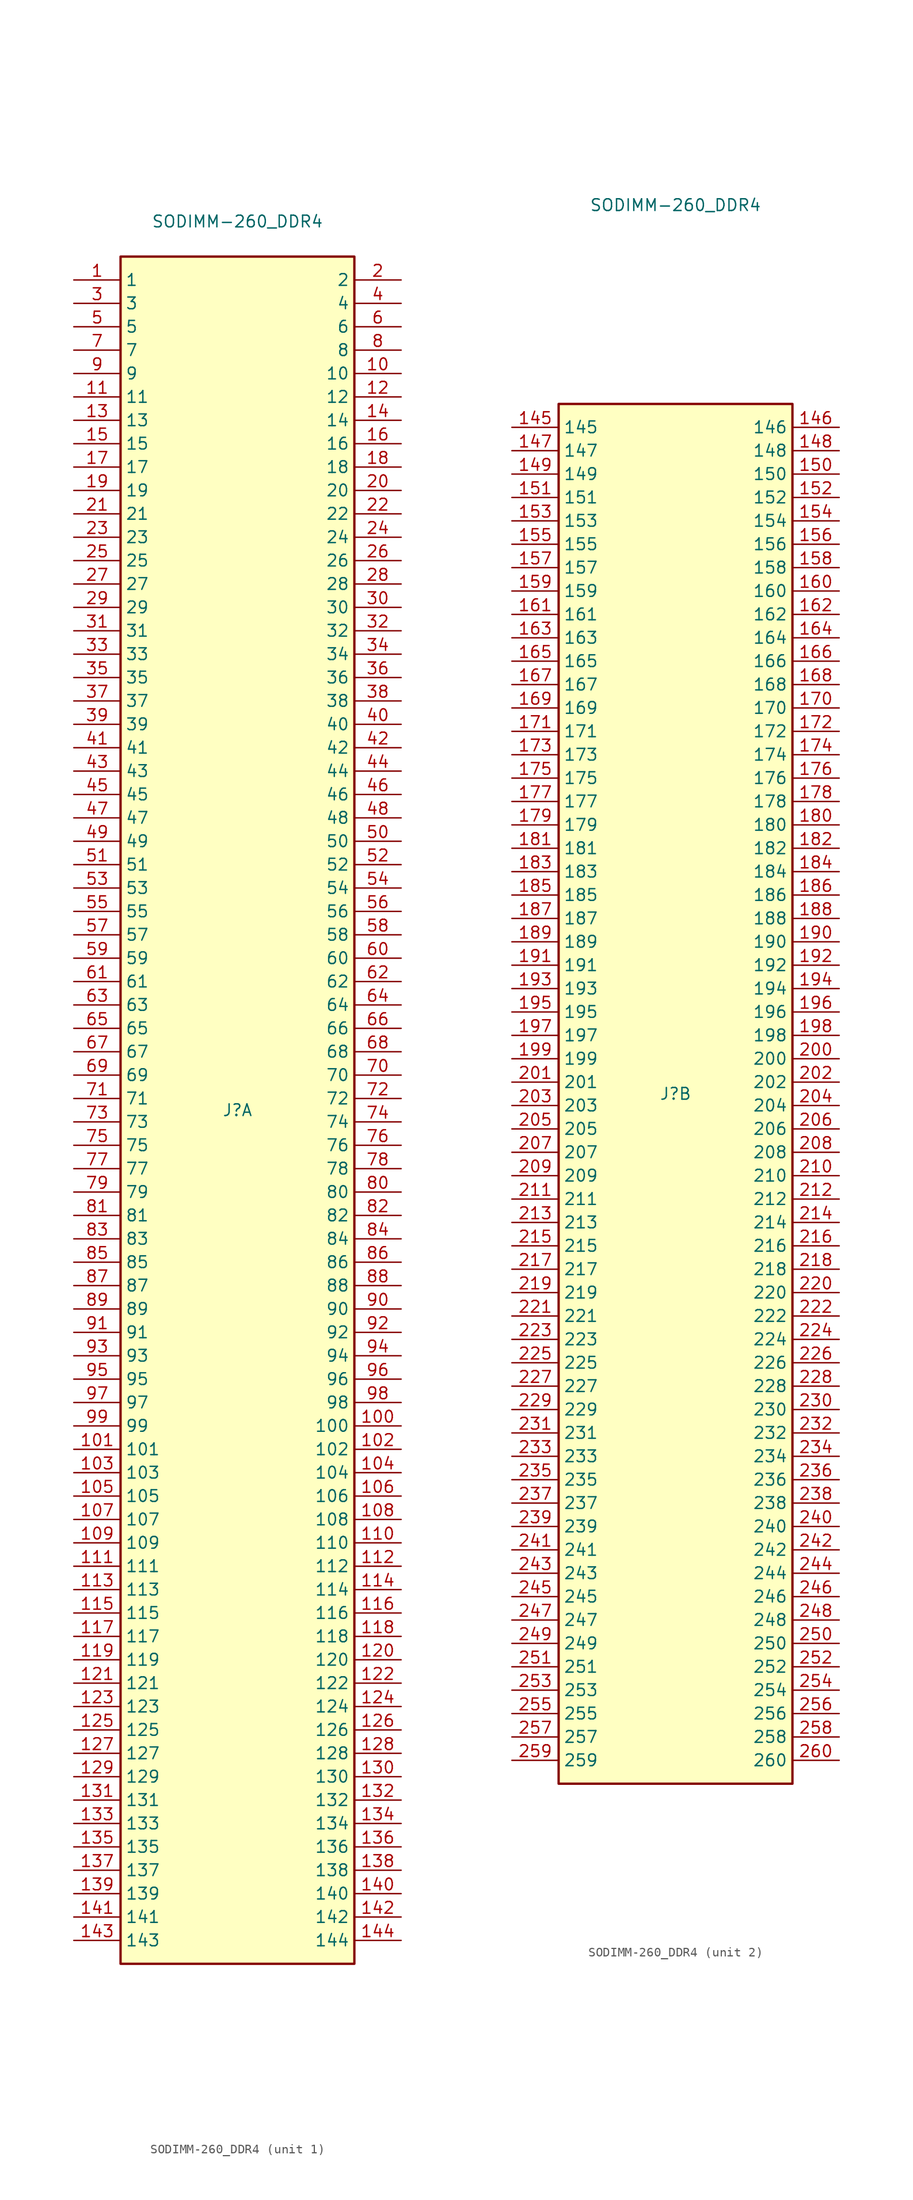
<source format=kicad_sym>
(kicad_symbol_lib
  (version 20231120)
  (generator "kicad_symbol_editor")
  (generator_version "8.0")
  (symbol "SODIMM-260_DDR4"
    (property "Reference" "J"
      (at 0 0 0)
      (effects (font (size 1.27 1.27))))
    (property "Value" "SODIMM-260_DDR4"
      (at 0 96.52 0)
      (effects (font (size 1.27 1.27))))
    (property "ki_locked" ""
      (at 0 0 0)
      (effects (font (size 1.27 1.27))))
    (symbol "SODIMM-260_DDR4_1_1"
      (rectangle (start -12.7 92.71) (end 12.7 -92.71) (stroke (width 0.254) (type default)) (fill (type background)))
      (pin passive line (at -17.78 90.17 0) (length 5.08) (name "1" (effects (font (size 1.27 1.27)))) (number "1" (effects (font (size 1.27 1.27)))))
      (pin passive line (at 17.78 80.01 180) (length 5.08) (name "10" (effects (font (size 1.27 1.27)))) (number "10" (effects (font (size 1.27 1.27)))))
      (pin passive line (at 17.78 -34.29 180) (length 5.08) (name "100" (effects (font (size 1.27 1.27)))) (number "100" (effects (font (size 1.27 1.27)))))
      (pin passive line (at -17.78 -36.83 0) (length 5.08) (name "101" (effects (font (size 1.27 1.27)))) (number "101" (effects (font (size 1.27 1.27)))))
      (pin passive line (at 17.78 -36.83 180) (length 5.08) (name "102" (effects (font (size 1.27 1.27)))) (number "102" (effects (font (size 1.27 1.27)))))
      (pin passive line (at -17.78 -39.37 0) (length 5.08) (name "103" (effects (font (size 1.27 1.27)))) (number "103" (effects (font (size 1.27 1.27)))))
      (pin passive line (at 17.78 -39.37 180) (length 5.08) (name "104" (effects (font (size 1.27 1.27)))) (number "104" (effects (font (size 1.27 1.27)))))
      (pin passive line (at -17.78 -41.91 0) (length 5.08) (name "105" (effects (font (size 1.27 1.27)))) (number "105" (effects (font (size 1.27 1.27)))))
      (pin passive line (at 17.78 -41.91 180) (length 5.08) (name "106" (effects (font (size 1.27 1.27)))) (number "106" (effects (font (size 1.27 1.27)))))
      (pin passive line (at -17.78 -44.45 0) (length 5.08) (name "107" (effects (font (size 1.27 1.27)))) (number "107" (effects (font (size 1.27 1.27)))))
      (pin passive line (at 17.78 -44.45 180) (length 5.08) (name "108" (effects (font (size 1.27 1.27)))) (number "108" (effects (font (size 1.27 1.27)))))
      (pin passive line (at -17.78 -46.99 0) (length 5.08) (name "109" (effects (font (size 1.27 1.27)))) (number "109" (effects (font (size 1.27 1.27)))))
      (pin passive line (at -17.78 77.47 0) (length 5.08) (name "11" (effects (font (size 1.27 1.27)))) (number "11" (effects (font (size 1.27 1.27)))))
      (pin passive line (at 17.78 -46.99 180) (length 5.08) (name "110" (effects (font (size 1.27 1.27)))) (number "110" (effects (font (size 1.27 1.27)))))
      (pin passive line (at -17.78 -49.53 0) (length 5.08) (name "111" (effects (font (size 1.27 1.27)))) (number "111" (effects (font (size 1.27 1.27)))))
      (pin passive line (at 17.78 -49.53 180) (length 5.08) (name "112" (effects (font (size 1.27 1.27)))) (number "112" (effects (font (size 1.27 1.27)))))
      (pin passive line (at -17.78 -52.07 0) (length 5.08) (name "113" (effects (font (size 1.27 1.27)))) (number "113" (effects (font (size 1.27 1.27)))))
      (pin passive line (at 17.78 -52.07 180) (length 5.08) (name "114" (effects (font (size 1.27 1.27)))) (number "114" (effects (font (size 1.27 1.27)))))
      (pin passive line (at -17.78 -54.61 0) (length 5.08) (name "115" (effects (font (size 1.27 1.27)))) (number "115" (effects (font (size 1.27 1.27)))))
      (pin passive line (at 17.78 -54.61 180) (length 5.08) (name "116" (effects (font (size 1.27 1.27)))) (number "116" (effects (font (size 1.27 1.27)))))
      (pin passive line (at -17.78 -57.15 0) (length 5.08) (name "117" (effects (font (size 1.27 1.27)))) (number "117" (effects (font (size 1.27 1.27)))))
      (pin passive line (at 17.78 -57.15 180) (length 5.08) (name "118" (effects (font (size 1.27 1.27)))) (number "118" (effects (font (size 1.27 1.27)))))
      (pin passive line (at -17.78 -59.69 0) (length 5.08) (name "119" (effects (font (size 1.27 1.27)))) (number "119" (effects (font (size 1.27 1.27)))))
      (pin passive line (at 17.78 77.47 180) (length 5.08) (name "12" (effects (font (size 1.27 1.27)))) (number "12" (effects (font (size 1.27 1.27)))))
      (pin passive line (at 17.78 -59.69 180) (length 5.08) (name "120" (effects (font (size 1.27 1.27)))) (number "120" (effects (font (size 1.27 1.27)))))
      (pin passive line (at -17.78 -62.23 0) (length 5.08) (name "121" (effects (font (size 1.27 1.27)))) (number "121" (effects (font (size 1.27 1.27)))))
      (pin passive line (at 17.78 -62.23 180) (length 5.08) (name "122" (effects (font (size 1.27 1.27)))) (number "122" (effects (font (size 1.27 1.27)))))
      (pin passive line (at -17.78 -64.77 0) (length 5.08) (name "123" (effects (font (size 1.27 1.27)))) (number "123" (effects (font (size 1.27 1.27)))))
      (pin passive line (at 17.78 -64.77 180) (length 5.08) (name "124" (effects (font (size 1.27 1.27)))) (number "124" (effects (font (size 1.27 1.27)))))
      (pin passive line (at -17.78 -67.31 0) (length 5.08) (name "125" (effects (font (size 1.27 1.27)))) (number "125" (effects (font (size 1.27 1.27)))))
      (pin passive line (at 17.78 -67.31 180) (length 5.08) (name "126" (effects (font (size 1.27 1.27)))) (number "126" (effects (font (size 1.27 1.27)))))
      (pin passive line (at -17.78 -69.85 0) (length 5.08) (name "127" (effects (font (size 1.27 1.27)))) (number "127" (effects (font (size 1.27 1.27)))))
      (pin passive line (at 17.78 -69.85 180) (length 5.08) (name "128" (effects (font (size 1.27 1.27)))) (number "128" (effects (font (size 1.27 1.27)))))
      (pin passive line (at -17.78 -72.39 0) (length 5.08) (name "129" (effects (font (size 1.27 1.27)))) (number "129" (effects (font (size 1.27 1.27)))))
      (pin passive line (at -17.78 74.93 0) (length 5.08) (name "13" (effects (font (size 1.27 1.27)))) (number "13" (effects (font (size 1.27 1.27)))))
      (pin passive line (at 17.78 -72.39 180) (length 5.08) (name "130" (effects (font (size 1.27 1.27)))) (number "130" (effects (font (size 1.27 1.27)))))
      (pin passive line (at -17.78 -74.93 0) (length 5.08) (name "131" (effects (font (size 1.27 1.27)))) (number "131" (effects (font (size 1.27 1.27)))))
      (pin passive line (at 17.78 -74.93 180) (length 5.08) (name "132" (effects (font (size 1.27 1.27)))) (number "132" (effects (font (size 1.27 1.27)))))
      (pin passive line (at -17.78 -77.47 0) (length 5.08) (name "133" (effects (font (size 1.27 1.27)))) (number "133" (effects (font (size 1.27 1.27)))))
      (pin passive line (at 17.78 -77.47 180) (length 5.08) (name "134" (effects (font (size 1.27 1.27)))) (number "134" (effects (font (size 1.27 1.27)))))
      (pin passive line (at -17.78 -80.01 0) (length 5.08) (name "135" (effects (font (size 1.27 1.27)))) (number "135" (effects (font (size 1.27 1.27)))))
      (pin passive line (at 17.78 -80.01 180) (length 5.08) (name "136" (effects (font (size 1.27 1.27)))) (number "136" (effects (font (size 1.27 1.27)))))
      (pin passive line (at -17.78 -82.55 0) (length 5.08) (name "137" (effects (font (size 1.27 1.27)))) (number "137" (effects (font (size 1.27 1.27)))))
      (pin passive line (at 17.78 -82.55 180) (length 5.08) (name "138" (effects (font (size 1.27 1.27)))) (number "138" (effects (font (size 1.27 1.27)))))
      (pin passive line (at -17.78 -85.09 0) (length 5.08) (name "139" (effects (font (size 1.27 1.27)))) (number "139" (effects (font (size 1.27 1.27)))))
      (pin passive line (at 17.78 74.93 180) (length 5.08) (name "14" (effects (font (size 1.27 1.27)))) (number "14" (effects (font (size 1.27 1.27)))))
      (pin passive line (at 17.78 -85.09 180) (length 5.08) (name "140" (effects (font (size 1.27 1.27)))) (number "140" (effects (font (size 1.27 1.27)))))
      (pin passive line (at -17.78 -87.63 0) (length 5.08) (name "141" (effects (font (size 1.27 1.27)))) (number "141" (effects (font (size 1.27 1.27)))))
      (pin passive line (at 17.78 -87.63 180) (length 5.08) (name "142" (effects (font (size 1.27 1.27)))) (number "142" (effects (font (size 1.27 1.27)))))
      (pin passive line (at -17.78 -90.17 0) (length 5.08) (name "143" (effects (font (size 1.27 1.27)))) (number "143" (effects (font (size 1.27 1.27)))))
      (pin passive line (at 17.78 -90.17 180) (length 5.08) (name "144" (effects (font (size 1.27 1.27)))) (number "144" (effects (font (size 1.27 1.27)))))
      (pin passive line (at -17.78 72.39 0) (length 5.08) (name "15" (effects (font (size 1.27 1.27)))) (number "15" (effects (font (size 1.27 1.27)))))
      (pin passive line (at 17.78 72.39 180) (length 5.08) (name "16" (effects (font (size 1.27 1.27)))) (number "16" (effects (font (size 1.27 1.27)))))
      (pin passive line (at -17.78 69.85 0) (length 5.08) (name "17" (effects (font (size 1.27 1.27)))) (number "17" (effects (font (size 1.27 1.27)))))
      (pin passive line (at 17.78 69.85 180) (length 5.08) (name "18" (effects (font (size 1.27 1.27)))) (number "18" (effects (font (size 1.27 1.27)))))
      (pin passive line (at -17.78 67.31 0) (length 5.08) (name "19" (effects (font (size 1.27 1.27)))) (number "19" (effects (font (size 1.27 1.27)))))
      (pin passive line (at 17.78 90.17 180) (length 5.08) (name "2" (effects (font (size 1.27 1.27)))) (number "2" (effects (font (size 1.27 1.27)))))
      (pin passive line (at 17.78 67.31 180) (length 5.08) (name "20" (effects (font (size 1.27 1.27)))) (number "20" (effects (font (size 1.27 1.27)))))
      (pin passive line (at -17.78 64.77 0) (length 5.08) (name "21" (effects (font (size 1.27 1.27)))) (number "21" (effects (font (size 1.27 1.27)))))
      (pin passive line (at 17.78 64.77 180) (length 5.08) (name "22" (effects (font (size 1.27 1.27)))) (number "22" (effects (font (size 1.27 1.27)))))
      (pin passive line (at -17.78 62.23 0) (length 5.08) (name "23" (effects (font (size 1.27 1.27)))) (number "23" (effects (font (size 1.27 1.27)))))
      (pin passive line (at 17.78 62.23 180) (length 5.08) (name "24" (effects (font (size 1.27 1.27)))) (number "24" (effects (font (size 1.27 1.27)))))
      (pin passive line (at -17.78 59.69 0) (length 5.08) (name "25" (effects (font (size 1.27 1.27)))) (number "25" (effects (font (size 1.27 1.27)))))
      (pin passive line (at 17.78 59.69 180) (length 5.08) (name "26" (effects (font (size 1.27 1.27)))) (number "26" (effects (font (size 1.27 1.27)))))
      (pin passive line (at -17.78 57.15 0) (length 5.08) (name "27" (effects (font (size 1.27 1.27)))) (number "27" (effects (font (size 1.27 1.27)))))
      (pin passive line (at 17.78 57.15 180) (length 5.08) (name "28" (effects (font (size 1.27 1.27)))) (number "28" (effects (font (size 1.27 1.27)))))
      (pin passive line (at -17.78 54.61 0) (length 5.08) (name "29" (effects (font (size 1.27 1.27)))) (number "29" (effects (font (size 1.27 1.27)))))
      (pin passive line (at -17.78 87.63 0) (length 5.08) (name "3" (effects (font (size 1.27 1.27)))) (number "3" (effects (font (size 1.27 1.27)))))
      (pin passive line (at 17.78 54.61 180) (length 5.08) (name "30" (effects (font (size 1.27 1.27)))) (number "30" (effects (font (size 1.27 1.27)))))
      (pin passive line (at -17.78 52.07 0) (length 5.08) (name "31" (effects (font (size 1.27 1.27)))) (number "31" (effects (font (size 1.27 1.27)))))
      (pin passive line (at 17.78 52.07 180) (length 5.08) (name "32" (effects (font (size 1.27 1.27)))) (number "32" (effects (font (size 1.27 1.27)))))
      (pin passive line (at -17.78 49.53 0) (length 5.08) (name "33" (effects (font (size 1.27 1.27)))) (number "33" (effects (font (size 1.27 1.27)))))
      (pin passive line (at 17.78 49.53 180) (length 5.08) (name "34" (effects (font (size 1.27 1.27)))) (number "34" (effects (font (size 1.27 1.27)))))
      (pin passive line (at -17.78 46.99 0) (length 5.08) (name "35" (effects (font (size 1.27 1.27)))) (number "35" (effects (font (size 1.27 1.27)))))
      (pin passive line (at 17.78 46.99 180) (length 5.08) (name "36" (effects (font (size 1.27 1.27)))) (number "36" (effects (font (size 1.27 1.27)))))
      (pin passive line (at -17.78 44.45 0) (length 5.08) (name "37" (effects (font (size 1.27 1.27)))) (number "37" (effects (font (size 1.27 1.27)))))
      (pin passive line (at 17.78 44.45 180) (length 5.08) (name "38" (effects (font (size 1.27 1.27)))) (number "38" (effects (font (size 1.27 1.27)))))
      (pin passive line (at -17.78 41.91 0) (length 5.08) (name "39" (effects (font (size 1.27 1.27)))) (number "39" (effects (font (size 1.27 1.27)))))
      (pin passive line (at 17.78 87.63 180) (length 5.08) (name "4" (effects (font (size 1.27 1.27)))) (number "4" (effects (font (size 1.27 1.27)))))
      (pin passive line (at 17.78 41.91 180) (length 5.08) (name "40" (effects (font (size 1.27 1.27)))) (number "40" (effects (font (size 1.27 1.27)))))
      (pin passive line (at -17.78 39.37 0) (length 5.08) (name "41" (effects (font (size 1.27 1.27)))) (number "41" (effects (font (size 1.27 1.27)))))
      (pin passive line (at 17.78 39.37 180) (length 5.08) (name "42" (effects (font (size 1.27 1.27)))) (number "42" (effects (font (size 1.27 1.27)))))
      (pin passive line (at -17.78 36.83 0) (length 5.08) (name "43" (effects (font (size 1.27 1.27)))) (number "43" (effects (font (size 1.27 1.27)))))
      (pin passive line (at 17.78 36.83 180) (length 5.08) (name "44" (effects (font (size 1.27 1.27)))) (number "44" (effects (font (size 1.27 1.27)))))
      (pin passive line (at -17.78 34.29 0) (length 5.08) (name "45" (effects (font (size 1.27 1.27)))) (number "45" (effects (font (size 1.27 1.27)))))
      (pin passive line (at 17.78 34.29 180) (length 5.08) (name "46" (effects (font (size 1.27 1.27)))) (number "46" (effects (font (size 1.27 1.27)))))
      (pin passive line (at -17.78 31.75 0) (length 5.08) (name "47" (effects (font (size 1.27 1.27)))) (number "47" (effects (font (size 1.27 1.27)))))
      (pin passive line (at 17.78 31.75 180) (length 5.08) (name "48" (effects (font (size 1.27 1.27)))) (number "48" (effects (font (size 1.27 1.27)))))
      (pin passive line (at -17.78 29.21 0) (length 5.08) (name "49" (effects (font (size 1.27 1.27)))) (number "49" (effects (font (size 1.27 1.27)))))
      (pin passive line (at -17.78 85.09 0) (length 5.08) (name "5" (effects (font (size 1.27 1.27)))) (number "5" (effects (font (size 1.27 1.27)))))
      (pin passive line (at 17.78 29.21 180) (length 5.08) (name "50" (effects (font (size 1.27 1.27)))) (number "50" (effects (font (size 1.27 1.27)))))
      (pin passive line (at -17.78 26.67 0) (length 5.08) (name "51" (effects (font (size 1.27 1.27)))) (number "51" (effects (font (size 1.27 1.27)))))
      (pin passive line (at 17.78 26.67 180) (length 5.08) (name "52" (effects (font (size 1.27 1.27)))) (number "52" (effects (font (size 1.27 1.27)))))
      (pin passive line (at -17.78 24.13 0) (length 5.08) (name "53" (effects (font (size 1.27 1.27)))) (number "53" (effects (font (size 1.27 1.27)))))
      (pin passive line (at 17.78 24.13 180) (length 5.08) (name "54" (effects (font (size 1.27 1.27)))) (number "54" (effects (font (size 1.27 1.27)))))
      (pin passive line (at -17.78 21.59 0) (length 5.08) (name "55" (effects (font (size 1.27 1.27)))) (number "55" (effects (font (size 1.27 1.27)))))
      (pin passive line (at 17.78 21.59 180) (length 5.08) (name "56" (effects (font (size 1.27 1.27)))) (number "56" (effects (font (size 1.27 1.27)))))
      (pin passive line (at -17.78 19.05 0) (length 5.08) (name "57" (effects (font (size 1.27 1.27)))) (number "57" (effects (font (size 1.27 1.27)))))
      (pin passive line (at 17.78 19.05 180) (length 5.08) (name "58" (effects (font (size 1.27 1.27)))) (number "58" (effects (font (size 1.27 1.27)))))
      (pin passive line (at -17.78 16.51 0) (length 5.08) (name "59" (effects (font (size 1.27 1.27)))) (number "59" (effects (font (size 1.27 1.27)))))
      (pin passive line (at 17.78 85.09 180) (length 5.08) (name "6" (effects (font (size 1.27 1.27)))) (number "6" (effects (font (size 1.27 1.27)))))
      (pin passive line (at 17.78 16.51 180) (length 5.08) (name "60" (effects (font (size 1.27 1.27)))) (number "60" (effects (font (size 1.27 1.27)))))
      (pin passive line (at -17.78 13.97 0) (length 5.08) (name "61" (effects (font (size 1.27 1.27)))) (number "61" (effects (font (size 1.27 1.27)))))
      (pin passive line (at 17.78 13.97 180) (length 5.08) (name "62" (effects (font (size 1.27 1.27)))) (number "62" (effects (font (size 1.27 1.27)))))
      (pin passive line (at -17.78 11.43 0) (length 5.08) (name "63" (effects (font (size 1.27 1.27)))) (number "63" (effects (font (size 1.27 1.27)))))
      (pin passive line (at 17.78 11.43 180) (length 5.08) (name "64" (effects (font (size 1.27 1.27)))) (number "64" (effects (font (size 1.27 1.27)))))
      (pin passive line (at -17.78 8.89 0) (length 5.08) (name "65" (effects (font (size 1.27 1.27)))) (number "65" (effects (font (size 1.27 1.27)))))
      (pin passive line (at 17.78 8.89 180) (length 5.08) (name "66" (effects (font (size 1.27 1.27)))) (number "66" (effects (font (size 1.27 1.27)))))
      (pin passive line (at -17.78 6.35 0) (length 5.08) (name "67" (effects (font (size 1.27 1.27)))) (number "67" (effects (font (size 1.27 1.27)))))
      (pin passive line (at 17.78 6.35 180) (length 5.08) (name "68" (effects (font (size 1.27 1.27)))) (number "68" (effects (font (size 1.27 1.27)))))
      (pin passive line (at -17.78 3.81 0) (length 5.08) (name "69" (effects (font (size 1.27 1.27)))) (number "69" (effects (font (size 1.27 1.27)))))
      (pin passive line (at -17.78 82.55 0) (length 5.08) (name "7" (effects (font (size 1.27 1.27)))) (number "7" (effects (font (size 1.27 1.27)))))
      (pin passive line (at 17.78 3.81 180) (length 5.08) (name "70" (effects (font (size 1.27 1.27)))) (number "70" (effects (font (size 1.27 1.27)))))
      (pin passive line (at -17.78 1.27 0) (length 5.08) (name "71" (effects (font (size 1.27 1.27)))) (number "71" (effects (font (size 1.27 1.27)))))
      (pin passive line (at 17.78 1.27 180) (length 5.08) (name "72" (effects (font (size 1.27 1.27)))) (number "72" (effects (font (size 1.27 1.27)))))
      (pin passive line (at -17.78 -1.27 0) (length 5.08) (name "73" (effects (font (size 1.27 1.27)))) (number "73" (effects (font (size 1.27 1.27)))))
      (pin passive line (at 17.78 -1.27 180) (length 5.08) (name "74" (effects (font (size 1.27 1.27)))) (number "74" (effects (font (size 1.27 1.27)))))
      (pin passive line (at -17.78 -3.81 0) (length 5.08) (name "75" (effects (font (size 1.27 1.27)))) (number "75" (effects (font (size 1.27 1.27)))))
      (pin passive line (at 17.78 -3.81 180) (length 5.08) (name "76" (effects (font (size 1.27 1.27)))) (number "76" (effects (font (size 1.27 1.27)))))
      (pin passive line (at -17.78 -6.35 0) (length 5.08) (name "77" (effects (font (size 1.27 1.27)))) (number "77" (effects (font (size 1.27 1.27)))))
      (pin passive line (at 17.78 -6.35 180) (length 5.08) (name "78" (effects (font (size 1.27 1.27)))) (number "78" (effects (font (size 1.27 1.27)))))
      (pin passive line (at -17.78 -8.89 0) (length 5.08) (name "79" (effects (font (size 1.27 1.27)))) (number "79" (effects (font (size 1.27 1.27)))))
      (pin passive line (at 17.78 82.55 180) (length 5.08) (name "8" (effects (font (size 1.27 1.27)))) (number "8" (effects (font (size 1.27 1.27)))))
      (pin passive line (at 17.78 -8.89 180) (length 5.08) (name "80" (effects (font (size 1.27 1.27)))) (number "80" (effects (font (size 1.27 1.27)))))
      (pin passive line (at -17.78 -11.43 0) (length 5.08) (name "81" (effects (font (size 1.27 1.27)))) (number "81" (effects (font (size 1.27 1.27)))))
      (pin passive line (at 17.78 -11.43 180) (length 5.08) (name "82" (effects (font (size 1.27 1.27)))) (number "82" (effects (font (size 1.27 1.27)))))
      (pin passive line (at -17.78 -13.97 0) (length 5.08) (name "83" (effects (font (size 1.27 1.27)))) (number "83" (effects (font (size 1.27 1.27)))))
      (pin passive line (at 17.78 -13.97 180) (length 5.08) (name "84" (effects (font (size 1.27 1.27)))) (number "84" (effects (font (size 1.27 1.27)))))
      (pin passive line (at -17.78 -16.51 0) (length 5.08) (name "85" (effects (font (size 1.27 1.27)))) (number "85" (effects (font (size 1.27 1.27)))))
      (pin passive line (at 17.78 -16.51 180) (length 5.08) (name "86" (effects (font (size 1.27 1.27)))) (number "86" (effects (font (size 1.27 1.27)))))
      (pin passive line (at -17.78 -19.05 0) (length 5.08) (name "87" (effects (font (size 1.27 1.27)))) (number "87" (effects (font (size 1.27 1.27)))))
      (pin passive line (at 17.78 -19.05 180) (length 5.08) (name "88" (effects (font (size 1.27 1.27)))) (number "88" (effects (font (size 1.27 1.27)))))
      (pin passive line (at -17.78 -21.59 0) (length 5.08) (name "89" (effects (font (size 1.27 1.27)))) (number "89" (effects (font (size 1.27 1.27)))))
      (pin passive line (at -17.78 80.01 0) (length 5.08) (name "9" (effects (font (size 1.27 1.27)))) (number "9" (effects (font (size 1.27 1.27)))))
      (pin passive line (at 17.78 -21.59 180) (length 5.08) (name "90" (effects (font (size 1.27 1.27)))) (number "90" (effects (font (size 1.27 1.27)))))
      (pin passive line (at -17.78 -24.13 0) (length 5.08) (name "91" (effects (font (size 1.27 1.27)))) (number "91" (effects (font (size 1.27 1.27)))))
      (pin passive line (at 17.78 -24.13 180) (length 5.08) (name "92" (effects (font (size 1.27 1.27)))) (number "92" (effects (font (size 1.27 1.27)))))
      (pin passive line (at -17.78 -26.67 0) (length 5.08) (name "93" (effects (font (size 1.27 1.27)))) (number "93" (effects (font (size 1.27 1.27)))))
      (pin passive line (at 17.78 -26.67 180) (length 5.08) (name "94" (effects (font (size 1.27 1.27)))) (number "94" (effects (font (size 1.27 1.27)))))
      (pin passive line (at -17.78 -29.21 0) (length 5.08) (name "95" (effects (font (size 1.27 1.27)))) (number "95" (effects (font (size 1.27 1.27)))))
      (pin passive line (at 17.78 -29.21 180) (length 5.08) (name "96" (effects (font (size 1.27 1.27)))) (number "96" (effects (font (size 1.27 1.27)))))
      (pin passive line (at -17.78 -31.75 0) (length 5.08) (name "97" (effects (font (size 1.27 1.27)))) (number "97" (effects (font (size 1.27 1.27)))))
      (pin passive line (at 17.78 -31.75 180) (length 5.08) (name "98" (effects (font (size 1.27 1.27)))) (number "98" (effects (font (size 1.27 1.27)))))
      (pin passive line (at -17.78 -34.29 0) (length 5.08) (name "99" (effects (font (size 1.27 1.27)))) (number "99" (effects (font (size 1.27 1.27))))))
    (symbol "SODIMM-260_DDR4_2_1"
      (rectangle (start -12.7 74.93) (end 12.7 -74.93) (stroke (width 0.254) (type default)) (fill (type background)))
      (pin passive line (at -17.78 72.39 0) (length 5.08) (name "145" (effects (font (size 1.27 1.27)))) (number "145" (effects (font (size 1.27 1.27)))))
      (pin passive line (at 17.78 72.39 180) (length 5.08) (name "146" (effects (font (size 1.27 1.27)))) (number "146" (effects (font (size 1.27 1.27)))))
      (pin passive line (at -17.78 69.85 0) (length 5.08) (name "147" (effects (font (size 1.27 1.27)))) (number "147" (effects (font (size 1.27 1.27)))))
      (pin passive line (at 17.78 69.85 180) (length 5.08) (name "148" (effects (font (size 1.27 1.27)))) (number "148" (effects (font (size 1.27 1.27)))))
      (pin passive line (at -17.78 67.31 0) (length 5.08) (name "149" (effects (font (size 1.27 1.27)))) (number "149" (effects (font (size 1.27 1.27)))))
      (pin passive line (at 17.78 67.31 180) (length 5.08) (name "150" (effects (font (size 1.27 1.27)))) (number "150" (effects (font (size 1.27 1.27)))))
      (pin passive line (at -17.78 64.77 0) (length 5.08) (name "151" (effects (font (size 1.27 1.27)))) (number "151" (effects (font (size 1.27 1.27)))))
      (pin passive line (at 17.78 64.77 180) (length 5.08) (name "152" (effects (font (size 1.27 1.27)))) (number "152" (effects (font (size 1.27 1.27)))))
      (pin passive line (at -17.78 62.23 0) (length 5.08) (name "153" (effects (font (size 1.27 1.27)))) (number "153" (effects (font (size 1.27 1.27)))))
      (pin passive line (at 17.78 62.23 180) (length 5.08) (name "154" (effects (font (size 1.27 1.27)))) (number "154" (effects (font (size 1.27 1.27)))))
      (pin passive line (at -17.78 59.69 0) (length 5.08) (name "155" (effects (font (size 1.27 1.27)))) (number "155" (effects (font (size 1.27 1.27)))))
      (pin passive line (at 17.78 59.69 180) (length 5.08) (name "156" (effects (font (size 1.27 1.27)))) (number "156" (effects (font (size 1.27 1.27)))))
      (pin passive line (at -17.78 57.15 0) (length 5.08) (name "157" (effects (font (size 1.27 1.27)))) (number "157" (effects (font (size 1.27 1.27)))))
      (pin passive line (at 17.78 57.15 180) (length 5.08) (name "158" (effects (font (size 1.27 1.27)))) (number "158" (effects (font (size 1.27 1.27)))))
      (pin passive line (at -17.78 54.61 0) (length 5.08) (name "159" (effects (font (size 1.27 1.27)))) (number "159" (effects (font (size 1.27 1.27)))))
      (pin passive line (at 17.78 54.61 180) (length 5.08) (name "160" (effects (font (size 1.27 1.27)))) (number "160" (effects (font (size 1.27 1.27)))))
      (pin passive line (at -17.78 52.07 0) (length 5.08) (name "161" (effects (font (size 1.27 1.27)))) (number "161" (effects (font (size 1.27 1.27)))))
      (pin passive line (at 17.78 52.07 180) (length 5.08) (name "162" (effects (font (size 1.27 1.27)))) (number "162" (effects (font (size 1.27 1.27)))))
      (pin passive line (at -17.78 49.53 0) (length 5.08) (name "163" (effects (font (size 1.27 1.27)))) (number "163" (effects (font (size 1.27 1.27)))))
      (pin passive line (at 17.78 49.53 180) (length 5.08) (name "164" (effects (font (size 1.27 1.27)))) (number "164" (effects (font (size 1.27 1.27)))))
      (pin passive line (at -17.78 46.99 0) (length 5.08) (name "165" (effects (font (size 1.27 1.27)))) (number "165" (effects (font (size 1.27 1.27)))))
      (pin passive line (at 17.78 46.99 180) (length 5.08) (name "166" (effects (font (size 1.27 1.27)))) (number "166" (effects (font (size 1.27 1.27)))))
      (pin passive line (at -17.78 44.45 0) (length 5.08) (name "167" (effects (font (size 1.27 1.27)))) (number "167" (effects (font (size 1.27 1.27)))))
      (pin passive line (at 17.78 44.45 180) (length 5.08) (name "168" (effects (font (size 1.27 1.27)))) (number "168" (effects (font (size 1.27 1.27)))))
      (pin passive line (at -17.78 41.91 0) (length 5.08) (name "169" (effects (font (size 1.27 1.27)))) (number "169" (effects (font (size 1.27 1.27)))))
      (pin passive line (at 17.78 41.91 180) (length 5.08) (name "170" (effects (font (size 1.27 1.27)))) (number "170" (effects (font (size 1.27 1.27)))))
      (pin passive line (at -17.78 39.37 0) (length 5.08) (name "171" (effects (font (size 1.27 1.27)))) (number "171" (effects (font (size 1.27 1.27)))))
      (pin passive line (at 17.78 39.37 180) (length 5.08) (name "172" (effects (font (size 1.27 1.27)))) (number "172" (effects (font (size 1.27 1.27)))))
      (pin passive line (at -17.78 36.83 0) (length 5.08) (name "173" (effects (font (size 1.27 1.27)))) (number "173" (effects (font (size 1.27 1.27)))))
      (pin passive line (at 17.78 36.83 180) (length 5.08) (name "174" (effects (font (size 1.27 1.27)))) (number "174" (effects (font (size 1.27 1.27)))))
      (pin passive line (at -17.78 34.29 0) (length 5.08) (name "175" (effects (font (size 1.27 1.27)))) (number "175" (effects (font (size 1.27 1.27)))))
      (pin passive line (at 17.78 34.29 180) (length 5.08) (name "176" (effects (font (size 1.27 1.27)))) (number "176" (effects (font (size 1.27 1.27)))))
      (pin passive line (at -17.78 31.75 0) (length 5.08) (name "177" (effects (font (size 1.27 1.27)))) (number "177" (effects (font (size 1.27 1.27)))))
      (pin passive line (at 17.78 31.75 180) (length 5.08) (name "178" (effects (font (size 1.27 1.27)))) (number "178" (effects (font (size 1.27 1.27)))))
      (pin passive line (at -17.78 29.21 0) (length 5.08) (name "179" (effects (font (size 1.27 1.27)))) (number "179" (effects (font (size 1.27 1.27)))))
      (pin passive line (at 17.78 29.21 180) (length 5.08) (name "180" (effects (font (size 1.27 1.27)))) (number "180" (effects (font (size 1.27 1.27)))))
      (pin passive line (at -17.78 26.67 0) (length 5.08) (name "181" (effects (font (size 1.27 1.27)))) (number "181" (effects (font (size 1.27 1.27)))))
      (pin passive line (at 17.78 26.67 180) (length 5.08) (name "182" (effects (font (size 1.27 1.27)))) (number "182" (effects (font (size 1.27 1.27)))))
      (pin passive line (at -17.78 24.13 0) (length 5.08) (name "183" (effects (font (size 1.27 1.27)))) (number "183" (effects (font (size 1.27 1.27)))))
      (pin passive line (at 17.78 24.13 180) (length 5.08) (name "184" (effects (font (size 1.27 1.27)))) (number "184" (effects (font (size 1.27 1.27)))))
      (pin passive line (at -17.78 21.59 0) (length 5.08) (name "185" (effects (font (size 1.27 1.27)))) (number "185" (effects (font (size 1.27 1.27)))))
      (pin passive line (at 17.78 21.59 180) (length 5.08) (name "186" (effects (font (size 1.27 1.27)))) (number "186" (effects (font (size 1.27 1.27)))))
      (pin passive line (at -17.78 19.05 0) (length 5.08) (name "187" (effects (font (size 1.27 1.27)))) (number "187" (effects (font (size 1.27 1.27)))))
      (pin passive line (at 17.78 19.05 180) (length 5.08) (name "188" (effects (font (size 1.27 1.27)))) (number "188" (effects (font (size 1.27 1.27)))))
      (pin passive line (at -17.78 16.51 0) (length 5.08) (name "189" (effects (font (size 1.27 1.27)))) (number "189" (effects (font (size 1.27 1.27)))))
      (pin passive line (at 17.78 16.51 180) (length 5.08) (name "190" (effects (font (size 1.27 1.27)))) (number "190" (effects (font (size 1.27 1.27)))))
      (pin passive line (at -17.78 13.97 0) (length 5.08) (name "191" (effects (font (size 1.27 1.27)))) (number "191" (effects (font (size 1.27 1.27)))))
      (pin passive line (at 17.78 13.97 180) (length 5.08) (name "192" (effects (font (size 1.27 1.27)))) (number "192" (effects (font (size 1.27 1.27)))))
      (pin passive line (at -17.78 11.43 0) (length 5.08) (name "193" (effects (font (size 1.27 1.27)))) (number "193" (effects (font (size 1.27 1.27)))))
      (pin passive line (at 17.78 11.43 180) (length 5.08) (name "194" (effects (font (size 1.27 1.27)))) (number "194" (effects (font (size 1.27 1.27)))))
      (pin passive line (at -17.78 8.89 0) (length 5.08) (name "195" (effects (font (size 1.27 1.27)))) (number "195" (effects (font (size 1.27 1.27)))))
      (pin passive line (at 17.78 8.89 180) (length 5.08) (name "196" (effects (font (size 1.27 1.27)))) (number "196" (effects (font (size 1.27 1.27)))))
      (pin passive line (at -17.78 6.35 0) (length 5.08) (name "197" (effects (font (size 1.27 1.27)))) (number "197" (effects (font (size 1.27 1.27)))))
      (pin passive line (at 17.78 6.35 180) (length 5.08) (name "198" (effects (font (size 1.27 1.27)))) (number "198" (effects (font (size 1.27 1.27)))))
      (pin passive line (at -17.78 3.81 0) (length 5.08) (name "199" (effects (font (size 1.27 1.27)))) (number "199" (effects (font (size 1.27 1.27)))))
      (pin passive line (at 17.78 3.81 180) (length 5.08) (name "200" (effects (font (size 1.27 1.27)))) (number "200" (effects (font (size 1.27 1.27)))))
      (pin passive line (at -17.78 1.27 0) (length 5.08) (name "201" (effects (font (size 1.27 1.27)))) (number "201" (effects (font (size 1.27 1.27)))))
      (pin passive line (at 17.78 1.27 180) (length 5.08) (name "202" (effects (font (size 1.27 1.27)))) (number "202" (effects (font (size 1.27 1.27)))))
      (pin passive line (at -17.78 -1.27 0) (length 5.08) (name "203" (effects (font (size 1.27 1.27)))) (number "203" (effects (font (size 1.27 1.27)))))
      (pin passive line (at 17.78 -1.27 180) (length 5.08) (name "204" (effects (font (size 1.27 1.27)))) (number "204" (effects (font (size 1.27 1.27)))))
      (pin passive line (at -17.78 -3.81 0) (length 5.08) (name "205" (effects (font (size 1.27 1.27)))) (number "205" (effects (font (size 1.27 1.27)))))
      (pin passive line (at 17.78 -3.81 180) (length 5.08) (name "206" (effects (font (size 1.27 1.27)))) (number "206" (effects (font (size 1.27 1.27)))))
      (pin passive line (at -17.78 -6.35 0) (length 5.08) (name "207" (effects (font (size 1.27 1.27)))) (number "207" (effects (font (size 1.27 1.27)))))
      (pin passive line (at 17.78 -6.35 180) (length 5.08) (name "208" (effects (font (size 1.27 1.27)))) (number "208" (effects (font (size 1.27 1.27)))))
      (pin passive line (at -17.78 -8.89 0) (length 5.08) (name "209" (effects (font (size 1.27 1.27)))) (number "209" (effects (font (size 1.27 1.27)))))
      (pin passive line (at 17.78 -8.89 180) (length 5.08) (name "210" (effects (font (size 1.27 1.27)))) (number "210" (effects (font (size 1.27 1.27)))))
      (pin passive line (at -17.78 -11.43 0) (length 5.08) (name "211" (effects (font (size 1.27 1.27)))) (number "211" (effects (font (size 1.27 1.27)))))
      (pin passive line (at 17.78 -11.43 180) (length 5.08) (name "212" (effects (font (size 1.27 1.27)))) (number "212" (effects (font (size 1.27 1.27)))))
      (pin passive line (at -17.78 -13.97 0) (length 5.08) (name "213" (effects (font (size 1.27 1.27)))) (number "213" (effects (font (size 1.27 1.27)))))
      (pin passive line (at 17.78 -13.97 180) (length 5.08) (name "214" (effects (font (size 1.27 1.27)))) (number "214" (effects (font (size 1.27 1.27)))))
      (pin passive line (at -17.78 -16.51 0) (length 5.08) (name "215" (effects (font (size 1.27 1.27)))) (number "215" (effects (font (size 1.27 1.27)))))
      (pin passive line (at 17.78 -16.51 180) (length 5.08) (name "216" (effects (font (size 1.27 1.27)))) (number "216" (effects (font (size 1.27 1.27)))))
      (pin passive line (at -17.78 -19.05 0) (length 5.08) (name "217" (effects (font (size 1.27 1.27)))) (number "217" (effects (font (size 1.27 1.27)))))
      (pin passive line (at 17.78 -19.05 180) (length 5.08) (name "218" (effects (font (size 1.27 1.27)))) (number "218" (effects (font (size 1.27 1.27)))))
      (pin passive line (at -17.78 -21.59 0) (length 5.08) (name "219" (effects (font (size 1.27 1.27)))) (number "219" (effects (font (size 1.27 1.27)))))
      (pin passive line (at 17.78 -21.59 180) (length 5.08) (name "220" (effects (font (size 1.27 1.27)))) (number "220" (effects (font (size 1.27 1.27)))))
      (pin passive line (at -17.78 -24.13 0) (length 5.08) (name "221" (effects (font (size 1.27 1.27)))) (number "221" (effects (font (size 1.27 1.27)))))
      (pin passive line (at 17.78 -24.13 180) (length 5.08) (name "222" (effects (font (size 1.27 1.27)))) (number "222" (effects (font (size 1.27 1.27)))))
      (pin passive line (at -17.78 -26.67 0) (length 5.08) (name "223" (effects (font (size 1.27 1.27)))) (number "223" (effects (font (size 1.27 1.27)))))
      (pin passive line (at 17.78 -26.67 180) (length 5.08) (name "224" (effects (font (size 1.27 1.27)))) (number "224" (effects (font (size 1.27 1.27)))))
      (pin passive line (at -17.78 -29.21 0) (length 5.08) (name "225" (effects (font (size 1.27 1.27)))) (number "225" (effects (font (size 1.27 1.27)))))
      (pin passive line (at 17.78 -29.21 180) (length 5.08) (name "226" (effects (font (size 1.27 1.27)))) (number "226" (effects (font (size 1.27 1.27)))))
      (pin passive line (at -17.78 -31.75 0) (length 5.08) (name "227" (effects (font (size 1.27 1.27)))) (number "227" (effects (font (size 1.27 1.27)))))
      (pin passive line (at 17.78 -31.75 180) (length 5.08) (name "228" (effects (font (size 1.27 1.27)))) (number "228" (effects (font (size 1.27 1.27)))))
      (pin passive line (at -17.78 -34.29 0) (length 5.08) (name "229" (effects (font (size 1.27 1.27)))) (number "229" (effects (font (size 1.27 1.27)))))
      (pin passive line (at 17.78 -34.29 180) (length 5.08) (name "230" (effects (font (size 1.27 1.27)))) (number "230" (effects (font (size 1.27 1.27)))))
      (pin passive line (at -17.78 -36.83 0) (length 5.08) (name "231" (effects (font (size 1.27 1.27)))) (number "231" (effects (font (size 1.27 1.27)))))
      (pin passive line (at 17.78 -36.83 180) (length 5.08) (name "232" (effects (font (size 1.27 1.27)))) (number "232" (effects (font (size 1.27 1.27)))))
      (pin passive line (at -17.78 -39.37 0) (length 5.08) (name "233" (effects (font (size 1.27 1.27)))) (number "233" (effects (font (size 1.27 1.27)))))
      (pin passive line (at 17.78 -39.37 180) (length 5.08) (name "234" (effects (font (size 1.27 1.27)))) (number "234" (effects (font (size 1.27 1.27)))))
      (pin passive line (at -17.78 -41.91 0) (length 5.08) (name "235" (effects (font (size 1.27 1.27)))) (number "235" (effects (font (size 1.27 1.27)))))
      (pin passive line (at 17.78 -41.91 180) (length 5.08) (name "236" (effects (font (size 1.27 1.27)))) (number "236" (effects (font (size 1.27 1.27)))))
      (pin passive line (at -17.78 -44.45 0) (length 5.08) (name "237" (effects (font (size 1.27 1.27)))) (number "237" (effects (font (size 1.27 1.27)))))
      (pin passive line (at 17.78 -44.45 180) (length 5.08) (name "238" (effects (font (size 1.27 1.27)))) (number "238" (effects (font (size 1.27 1.27)))))
      (pin passive line (at -17.78 -46.99 0) (length 5.08) (name "239" (effects (font (size 1.27 1.27)))) (number "239" (effects (font (size 1.27 1.27)))))
      (pin passive line (at 17.78 -46.99 180) (length 5.08) (name "240" (effects (font (size 1.27 1.27)))) (number "240" (effects (font (size 1.27 1.27)))))
      (pin passive line (at -17.78 -49.53 0) (length 5.08) (name "241" (effects (font (size 1.27 1.27)))) (number "241" (effects (font (size 1.27 1.27)))))
      (pin passive line (at 17.78 -49.53 180) (length 5.08) (name "242" (effects (font (size 1.27 1.27)))) (number "242" (effects (font (size 1.27 1.27)))))
      (pin passive line (at -17.78 -52.07 0) (length 5.08) (name "243" (effects (font (size 1.27 1.27)))) (number "243" (effects (font (size 1.27 1.27)))))
      (pin passive line (at 17.78 -52.07 180) (length 5.08) (name "244" (effects (font (size 1.27 1.27)))) (number "244" (effects (font (size 1.27 1.27)))))
      (pin passive line (at -17.78 -54.61 0) (length 5.08) (name "245" (effects (font (size 1.27 1.27)))) (number "245" (effects (font (size 1.27 1.27)))))
      (pin passive line (at 17.78 -54.61 180) (length 5.08) (name "246" (effects (font (size 1.27 1.27)))) (number "246" (effects (font (size 1.27 1.27)))))
      (pin passive line (at -17.78 -57.15 0) (length 5.08) (name "247" (effects (font (size 1.27 1.27)))) (number "247" (effects (font (size 1.27 1.27)))))
      (pin passive line (at 17.78 -57.15 180) (length 5.08) (name "248" (effects (font (size 1.27 1.27)))) (number "248" (effects (font (size 1.27 1.27)))))
      (pin passive line (at -17.78 -59.69 0) (length 5.08) (name "249" (effects (font (size 1.27 1.27)))) (number "249" (effects (font (size 1.27 1.27)))))
      (pin passive line (at 17.78 -59.69 180) (length 5.08) (name "250" (effects (font (size 1.27 1.27)))) (number "250" (effects (font (size 1.27 1.27)))))
      (pin passive line (at -17.78 -62.23 0) (length 5.08) (name "251" (effects (font (size 1.27 1.27)))) (number "251" (effects (font (size 1.27 1.27)))))
      (pin passive line (at 17.78 -62.23 180) (length 5.08) (name "252" (effects (font (size 1.27 1.27)))) (number "252" (effects (font (size 1.27 1.27)))))
      (pin passive line (at -17.78 -64.77 0) (length 5.08) (name "253" (effects (font (size 1.27 1.27)))) (number "253" (effects (font (size 1.27 1.27)))))
      (pin passive line (at 17.78 -64.77 180) (length 5.08) (name "254" (effects (font (size 1.27 1.27)))) (number "254" (effects (font (size 1.27 1.27)))))
      (pin passive line (at -17.78 -67.31 0) (length 5.08) (name "255" (effects (font (size 1.27 1.27)))) (number "255" (effects (font (size 1.27 1.27)))))
      (pin passive line (at 17.78 -67.31 180) (length 5.08) (name "256" (effects (font (size 1.27 1.27)))) (number "256" (effects (font (size 1.27 1.27)))))
      (pin passive line (at -17.78 -69.85 0) (length 5.08) (name "257" (effects (font (size 1.27 1.27)))) (number "257" (effects (font (size 1.27 1.27)))))
      (pin passive line (at 17.78 -69.85 180) (length 5.08) (name "258" (effects (font (size 1.27 1.27)))) (number "258" (effects (font (size 1.27 1.27)))))
      (pin passive line (at -17.78 -72.39 0) (length 5.08) (name "259" (effects (font (size 1.27 1.27)))) (number "259" (effects (font (size 1.27 1.27)))))
      (pin passive line (at 17.78 -72.39 180) (length 5.08) (name "260" (effects (font (size 1.27 1.27)))) (number "260" (effects (font (size 1.27 1.27))))))))
</source>
